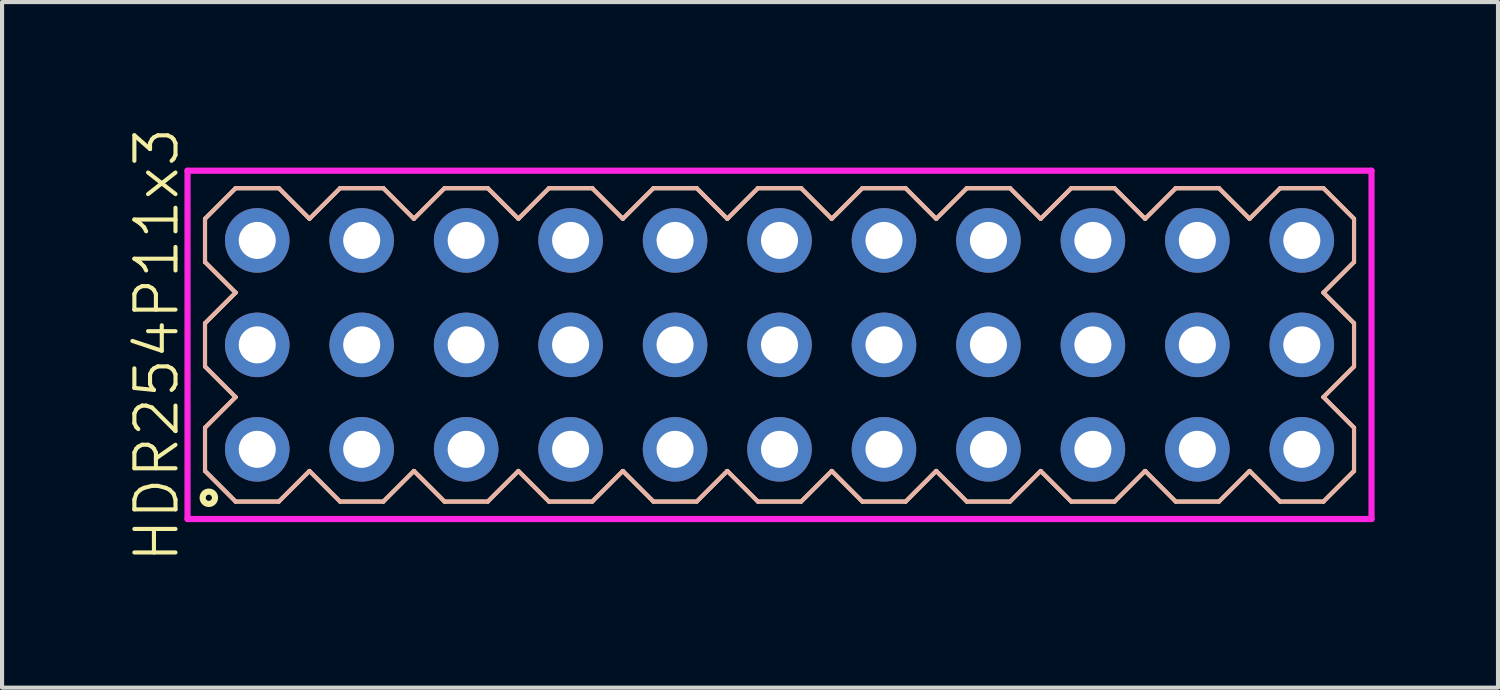
<source format=kicad_pcb>
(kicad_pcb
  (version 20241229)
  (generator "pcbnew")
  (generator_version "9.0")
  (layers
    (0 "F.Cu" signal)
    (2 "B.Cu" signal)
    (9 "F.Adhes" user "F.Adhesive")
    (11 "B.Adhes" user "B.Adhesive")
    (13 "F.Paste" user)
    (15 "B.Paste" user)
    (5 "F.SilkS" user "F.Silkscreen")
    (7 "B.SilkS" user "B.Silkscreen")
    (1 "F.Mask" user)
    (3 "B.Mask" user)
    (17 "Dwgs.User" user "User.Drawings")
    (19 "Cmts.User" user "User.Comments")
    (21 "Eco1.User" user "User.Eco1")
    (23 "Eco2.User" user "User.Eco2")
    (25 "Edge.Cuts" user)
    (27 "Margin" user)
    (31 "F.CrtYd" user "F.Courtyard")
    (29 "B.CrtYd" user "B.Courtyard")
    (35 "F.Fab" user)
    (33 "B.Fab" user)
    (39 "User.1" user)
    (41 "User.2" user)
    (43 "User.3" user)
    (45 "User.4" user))
  (footprint "HDR254P11x3"
    (layer "F.Cu")
    (at 15.905 5.336)
    (property "Reference" "HDR254P11x3" (at -15.145 0 90) (layer "F.SilkS") (effects (font (size 1 1) (thickness 0.1))))
    (attr through_hole)
    (fp_line (start -13.97 -3.066) (end -13.226 -3.81) (stroke (width 0.1) (type solid)) (layer "F.SilkS"))
    (fp_line (start -13.97 -2.014) (end -13.97 -3.066) (stroke (width 0.1) (type solid)) (layer "F.SilkS"))
    (fp_line (start -13.97 -0.526) (end -13.226 -1.27) (stroke (width 0.1) (type solid)) (layer "F.SilkS"))
    (fp_line (start -13.97 0.526) (end -13.97 -0.526) (stroke (width 0.1) (type solid)) (layer "F.SilkS"))
    (fp_line (start -13.97 2.014) (end -13.226 1.27) (stroke (width 0.1) (type solid)) (layer "F.SilkS"))
    (fp_line (start -13.97 3.066) (end -13.97 2.014) (stroke (width 0.1) (type solid)) (layer "F.SilkS"))
    (fp_line (start -13.226 -3.81) (end -12.174 -3.81) (stroke (width 0.1) (type solid)) (layer "F.SilkS"))
    (fp_line (start -13.226 -1.27) (end -13.97 -2.014) (stroke (width 0.1) (type solid)) (layer "F.SilkS"))
    (fp_line (start -13.226 1.27) (end -13.97 0.526) (stroke (width 0.1) (type solid)) (layer "F.SilkS"))
    (fp_line (start -13.226 3.81) (end -13.97 3.066) (stroke (width 0.1) (type solid)) (layer "F.SilkS"))
    (fp_line (start -12.174 -3.81) (end -11.43 -3.066) (stroke (width 0.1) (type solid)) (layer "F.SilkS"))
    (fp_line (start -12.174 3.81) (end -13.226 3.81) (stroke (width 0.1) (type solid)) (layer "F.SilkS"))
    (fp_line (start -11.43 -3.066) (end -10.686 -3.81) (stroke (width 0.1) (type solid)) (layer "F.SilkS"))
    (fp_line (start -11.43 3.066) (end -12.174 3.81) (stroke (width 0.1) (type solid)) (layer "F.SilkS"))
    (fp_line (start -10.686 -3.81) (end -9.634 -3.81) (stroke (width 0.1) (type solid)) (layer "F.SilkS"))
    (fp_line (start -10.686 3.81) (end -11.43 3.066) (stroke (width 0.1) (type solid)) (layer "F.SilkS"))
    (fp_line (start -9.634 -3.81) (end -8.89 -3.066) (stroke (width 0.1) (type solid)) (layer "F.SilkS"))
    (fp_line (start -9.634 3.81) (end -10.686 3.81) (stroke (width 0.1) (type solid)) (layer "F.SilkS"))
    (fp_line (start -8.89 -3.066) (end -8.146 -3.81) (stroke (width 0.1) (type solid)) (layer "F.SilkS"))
    (fp_line (start -8.89 3.066) (end -9.634 3.81) (stroke (width 0.1) (type solid)) (layer "F.SilkS"))
    (fp_line (start -8.146 -3.81) (end -7.094 -3.81) (stroke (width 0.1) (type solid)) (layer "F.SilkS"))
    (fp_line (start -8.146 3.81) (end -8.89 3.066) (stroke (width 0.1) (type solid)) (layer "F.SilkS"))
    (fp_line (start -7.094 -3.81) (end -6.35 -3.066) (stroke (width 0.1) (type solid)) (layer "F.SilkS"))
    (fp_line (start -7.094 3.81) (end -8.146 3.81) (stroke (width 0.1) (type solid)) (layer "F.SilkS"))
    (fp_line (start -6.35 -3.066) (end -5.606 -3.81) (stroke (width 0.1) (type solid)) (layer "F.SilkS"))
    (fp_line (start -6.35 3.066) (end -7.094 3.81) (stroke (width 0.1) (type solid)) (layer "F.SilkS"))
    (fp_line (start -5.606 -3.81) (end -4.554 -3.81) (stroke (width 0.1) (type solid)) (layer "F.SilkS"))
    (fp_line (start -5.606 3.81) (end -6.35 3.066) (stroke (width 0.1) (type solid)) (layer "F.SilkS"))
    (fp_line (start -4.554 -3.81) (end -3.81 -3.066) (stroke (width 0.1) (type solid)) (layer "F.SilkS"))
    (fp_line (start -4.554 3.81) (end -5.606 3.81) (stroke (width 0.1) (type solid)) (layer "F.SilkS"))
    (fp_line (start -3.81 -3.066) (end -3.066 -3.81) (stroke (width 0.1) (type solid)) (layer "F.SilkS"))
    (fp_line (start -3.81 3.066) (end -4.554 3.81) (stroke (width 0.1) (type solid)) (layer "F.SilkS"))
    (fp_line (start -3.066 -3.81) (end -2.014 -3.81) (stroke (width 0.1) (type solid)) (layer "F.SilkS"))
    (fp_line (start -3.066 3.81) (end -3.81 3.066) (stroke (width 0.1) (type solid)) (layer "F.SilkS"))
    (fp_line (start -2.014 -3.81) (end -1.27 -3.066) (stroke (width 0.1) (type solid)) (layer "F.SilkS"))
    (fp_line (start -2.014 3.81) (end -3.066 3.81) (stroke (width 0.1) (type solid)) (layer "F.SilkS"))
    (fp_line (start -1.27 -3.066) (end -0.526 -3.81) (stroke (width 0.1) (type solid)) (layer "F.SilkS"))
    (fp_line (start -1.27 3.066) (end -2.014 3.81) (stroke (width 0.1) (type solid)) (layer "F.SilkS"))
    (fp_line (start -0.526 -3.81) (end 0.526 -3.81) (stroke (width 0.1) (type solid)) (layer "F.SilkS"))
    (fp_line (start -0.526 3.81) (end -1.27 3.066) (stroke (width 0.1) (type solid)) (layer "F.SilkS"))
    (fp_line (start 0.526 -3.81) (end 1.27 -3.066) (stroke (width 0.1) (type solid)) (layer "F.SilkS"))
    (fp_line (start 0.526 3.81) (end -0.526 3.81) (stroke (width 0.1) (type solid)) (layer "F.SilkS"))
    (fp_line (start 1.27 -3.066) (end 2.014 -3.81) (stroke (width 0.1) (type solid)) (layer "F.SilkS"))
    (fp_line (start 1.27 3.066) (end 0.526 3.81) (stroke (width 0.1) (type solid)) (layer "F.SilkS"))
    (fp_line (start 2.014 -3.81) (end 3.066 -3.81) (stroke (width 0.1) (type solid)) (layer "F.SilkS"))
    (fp_line (start 2.014 3.81) (end 1.27 3.066) (stroke (width 0.1) (type solid)) (layer "F.SilkS"))
    (fp_line (start 3.066 -3.81) (end 3.81 -3.066) (stroke (width 0.1) (type solid)) (layer "F.SilkS"))
    (fp_line (start 3.066 3.81) (end 2.014 3.81) (stroke (width 0.1) (type solid)) (layer "F.SilkS"))
    (fp_line (start 3.81 -3.066) (end 4.554 -3.81) (stroke (width 0.1) (type solid)) (layer "F.SilkS"))
    (fp_line (start 3.81 3.066) (end 3.066 3.81) (stroke (width 0.1) (type solid)) (layer "F.SilkS"))
    (fp_line (start 4.554 -3.81) (end 5.606 -3.81) (stroke (width 0.1) (type solid)) (layer "F.SilkS"))
    (fp_line (start 4.554 3.81) (end 3.81 3.066) (stroke (width 0.1) (type solid)) (layer "F.SilkS"))
    (fp_line (start 5.606 -3.81) (end 6.35 -3.066) (stroke (width 0.1) (type solid)) (layer "F.SilkS"))
    (fp_line (start 5.606 3.81) (end 4.554 3.81) (stroke (width 0.1) (type solid)) (layer "F.SilkS"))
    (fp_line (start 6.35 -3.066) (end 7.094 -3.81) (stroke (width 0.1) (type solid)) (layer "F.SilkS"))
    (fp_line (start 6.35 3.066) (end 5.606 3.81) (stroke (width 0.1) (type solid)) (layer "F.SilkS"))
    (fp_line (start 7.094 -3.81) (end 8.146 -3.81) (stroke (width 0.1) (type solid)) (layer "F.SilkS"))
    (fp_line (start 7.094 3.81) (end 6.35 3.066) (stroke (width 0.1) (type solid)) (layer "F.SilkS"))
    (fp_line (start 8.146 -3.81) (end 8.89 -3.066) (stroke (width 0.1) (type solid)) (layer "F.SilkS"))
    (fp_line (start 8.146 3.81) (end 7.094 3.81) (stroke (width 0.1) (type solid)) (layer "F.SilkS"))
    (fp_line (start 8.89 -3.066) (end 9.634 -3.81) (stroke (width 0.1) (type solid)) (layer "F.SilkS"))
    (fp_line (start 8.89 3.066) (end 8.146 3.81) (stroke (width 0.1) (type solid)) (layer "F.SilkS"))
    (fp_line (start 9.634 -3.81) (end 10.686 -3.81) (stroke (width 0.1) (type solid)) (layer "F.SilkS"))
    (fp_line (start 9.634 3.81) (end 8.89 3.066) (stroke (width 0.1) (type solid)) (layer "F.SilkS"))
    (fp_line (start 10.686 -3.81) (end 11.43 -3.066) (stroke (width 0.1) (type solid)) (layer "F.SilkS"))
    (fp_line (start 10.686 3.81) (end 9.634 3.81) (stroke (width 0.1) (type solid)) (layer "F.SilkS"))
    (fp_line (start 11.43 -3.066) (end 12.174 -3.81) (stroke (width 0.1) (type solid)) (layer "F.SilkS"))
    (fp_line (start 11.43 3.066) (end 10.686 3.81) (stroke (width 0.1) (type solid)) (layer "F.SilkS"))
    (fp_line (start 12.174 -3.81) (end 13.226 -3.81) (stroke (width 0.1) (type solid)) (layer "F.SilkS"))
    (fp_line (start 12.174 3.81) (end 11.43 3.066) (stroke (width 0.1) (type solid)) (layer "F.SilkS"))
    (fp_line (start 13.226 -3.81) (end 13.97 -3.066) (stroke (width 0.1) (type solid)) (layer "F.SilkS"))
    (fp_line (start 13.226 -1.27) (end 13.97 -0.526) (stroke (width 0.1) (type solid)) (layer "F.SilkS"))
    (fp_line (start 13.226 1.27) (end 13.97 2.014) (stroke (width 0.1) (type solid)) (layer "F.SilkS"))
    (fp_line (start 13.226 3.81) (end 12.174 3.81) (stroke (width 0.1) (type solid)) (layer "F.SilkS"))
    (fp_line (start 13.97 -3.066) (end 13.97 -2.014) (stroke (width 0.1) (type solid)) (layer "F.SilkS"))
    (fp_line (start 13.97 -2.014) (end 13.226 -1.27) (stroke (width 0.1) (type solid)) (layer "F.SilkS"))
    (fp_line (start 13.97 -0.526) (end 13.97 0.526) (stroke (width 0.1) (type solid)) (layer "F.SilkS"))
    (fp_line (start 13.97 0.526) (end 13.226 1.27) (stroke (width 0.1) (type solid)) (layer "F.SilkS"))
    (fp_line (start 13.97 2.014) (end 13.97 3.066) (stroke (width 0.1) (type solid)) (layer "F.SilkS"))
    (fp_line (start 13.97 3.066) (end 13.226 3.81) (stroke (width 0.1) (type solid)) (layer "F.SilkS"))
    (fp_circle (center -13.877 3.718) (end -13.727 3.718) (stroke (width 0.15) (type solid)) (fill no) (layer "F.SilkS"))
    (fp_line (start -13.97 -3.066) (end -13.226 -3.81) (stroke (width 0.1) (type solid)) (layer "B.SilkS"))
    (fp_line (start -13.97 -2.014) (end -13.97 -3.066) (stroke (width 0.1) (type solid)) (layer "B.SilkS"))
    (fp_line (start -13.97 -0.526) (end -13.226 -1.27) (stroke (width 0.1) (type solid)) (layer "B.SilkS"))
    (fp_line (start -13.97 0.526) (end -13.97 -0.526) (stroke (width 0.1) (type solid)) (layer "B.SilkS"))
    (fp_line (start -13.97 2.014) (end -13.226 1.27) (stroke (width 0.1) (type solid)) (layer "B.SilkS"))
    (fp_line (start -13.97 3.066) (end -13.97 2.014) (stroke (width 0.1) (type solid)) (layer "B.SilkS"))
    (fp_line (start -13.226 -3.81) (end -12.174 -3.81) (stroke (width 0.1) (type solid)) (layer "B.SilkS"))
    (fp_line (start -13.226 -1.27) (end -13.97 -2.014) (stroke (width 0.1) (type solid)) (layer "B.SilkS"))
    (fp_line (start -13.226 1.27) (end -13.97 0.526) (stroke (width 0.1) (type solid)) (layer "B.SilkS"))
    (fp_line (start -13.226 3.81) (end -13.97 3.066) (stroke (width 0.1) (type solid)) (layer "B.SilkS"))
    (fp_line (start -12.174 -3.81) (end -11.43 -3.066) (stroke (width 0.1) (type solid)) (layer "B.SilkS"))
    (fp_line (start -12.174 3.81) (end -13.226 3.81) (stroke (width 0.1) (type solid)) (layer "B.SilkS"))
    (fp_line (start -11.43 -3.066) (end -10.686 -3.81) (stroke (width 0.1) (type solid)) (layer "B.SilkS"))
    (fp_line (start -11.43 3.066) (end -12.174 3.81) (stroke (width 0.1) (type solid)) (layer "B.SilkS"))
    (fp_line (start -10.686 -3.81) (end -9.634 -3.81) (stroke (width 0.1) (type solid)) (layer "B.SilkS"))
    (fp_line (start -10.686 3.81) (end -11.43 3.066) (stroke (width 0.1) (type solid)) (layer "B.SilkS"))
    (fp_line (start -9.634 -3.81) (end -8.89 -3.066) (stroke (width 0.1) (type solid)) (layer "B.SilkS"))
    (fp_line (start -9.634 3.81) (end -10.686 3.81) (stroke (width 0.1) (type solid)) (layer "B.SilkS"))
    (fp_line (start -8.89 -3.066) (end -8.146 -3.81) (stroke (width 0.1) (type solid)) (layer "B.SilkS"))
    (fp_line (start -8.89 3.066) (end -9.634 3.81) (stroke (width 0.1) (type solid)) (layer "B.SilkS"))
    (fp_line (start -8.146 -3.81) (end -7.094 -3.81) (stroke (width 0.1) (type solid)) (layer "B.SilkS"))
    (fp_line (start -8.146 3.81) (end -8.89 3.066) (stroke (width 0.1) (type solid)) (layer "B.SilkS"))
    (fp_line (start -7.094 -3.81) (end -6.35 -3.066) (stroke (width 0.1) (type solid)) (layer "B.SilkS"))
    (fp_line (start -7.094 3.81) (end -8.146 3.81) (stroke (width 0.1) (type solid)) (layer "B.SilkS"))
    (fp_line (start -6.35 -3.066) (end -5.606 -3.81) (stroke (width 0.1) (type solid)) (layer "B.SilkS"))
    (fp_line (start -6.35 3.066) (end -7.094 3.81) (stroke (width 0.1) (type solid)) (layer "B.SilkS"))
    (fp_line (start -5.606 -3.81) (end -4.554 -3.81) (stroke (width 0.1) (type solid)) (layer "B.SilkS"))
    (fp_line (start -5.606 3.81) (end -6.35 3.066) (stroke (width 0.1) (type solid)) (layer "B.SilkS"))
    (fp_line (start -4.554 -3.81) (end -3.81 -3.066) (stroke (width 0.1) (type solid)) (layer "B.SilkS"))
    (fp_line (start -4.554 3.81) (end -5.606 3.81) (stroke (width 0.1) (type solid)) (layer "B.SilkS"))
    (fp_line (start -3.81 -3.066) (end -3.066 -3.81) (stroke (width 0.1) (type solid)) (layer "B.SilkS"))
    (fp_line (start -3.81 3.066) (end -4.554 3.81) (stroke (width 0.1) (type solid)) (layer "B.SilkS"))
    (fp_line (start -3.066 -3.81) (end -2.014 -3.81) (stroke (width 0.1) (type solid)) (layer "B.SilkS"))
    (fp_line (start -3.066 3.81) (end -3.81 3.066) (stroke (width 0.1) (type solid)) (layer "B.SilkS"))
    (fp_line (start -2.014 -3.81) (end -1.27 -3.066) (stroke (width 0.1) (type solid)) (layer "B.SilkS"))
    (fp_line (start -2.014 3.81) (end -3.066 3.81) (stroke (width 0.1) (type solid)) (layer "B.SilkS"))
    (fp_line (start -1.27 -3.066) (end -0.526 -3.81) (stroke (width 0.1) (type solid)) (layer "B.SilkS"))
    (fp_line (start -1.27 3.066) (end -2.014 3.81) (stroke (width 0.1) (type solid)) (layer "B.SilkS"))
    (fp_line (start -0.526 -3.81) (end 0.526 -3.81) (stroke (width 0.1) (type solid)) (layer "B.SilkS"))
    (fp_line (start -0.526 3.81) (end -1.27 3.066) (stroke (width 0.1) (type solid)) (layer "B.SilkS"))
    (fp_line (start 0.526 -3.81) (end 1.27 -3.066) (stroke (width 0.1) (type solid)) (layer "B.SilkS"))
    (fp_line (start 0.526 3.81) (end -0.526 3.81) (stroke (width 0.1) (type solid)) (layer "B.SilkS"))
    (fp_line (start 1.27 -3.066) (end 2.014 -3.81) (stroke (width 0.1) (type solid)) (layer "B.SilkS"))
    (fp_line (start 1.27 3.066) (end 0.526 3.81) (stroke (width 0.1) (type solid)) (layer "B.SilkS"))
    (fp_line (start 2.014 -3.81) (end 3.066 -3.81) (stroke (width 0.1) (type solid)) (layer "B.SilkS"))
    (fp_line (start 2.014 3.81) (end 1.27 3.066) (stroke (width 0.1) (type solid)) (layer "B.SilkS"))
    (fp_line (start 3.066 -3.81) (end 3.81 -3.066) (stroke (width 0.1) (type solid)) (layer "B.SilkS"))
    (fp_line (start 3.066 3.81) (end 2.014 3.81) (stroke (width 0.1) (type solid)) (layer "B.SilkS"))
    (fp_line (start 3.81 -3.066) (end 4.554 -3.81) (stroke (width 0.1) (type solid)) (layer "B.SilkS"))
    (fp_line (start 3.81 3.066) (end 3.066 3.81) (stroke (width 0.1) (type solid)) (layer "B.SilkS"))
    (fp_line (start 4.554 -3.81) (end 5.606 -3.81) (stroke (width 0.1) (type solid)) (layer "B.SilkS"))
    (fp_line (start 4.554 3.81) (end 3.81 3.066) (stroke (width 0.1) (type solid)) (layer "B.SilkS"))
    (fp_line (start 5.606 -3.81) (end 6.35 -3.066) (stroke (width 0.1) (type solid)) (layer "B.SilkS"))
    (fp_line (start 5.606 3.81) (end 4.554 3.81) (stroke (width 0.1) (type solid)) (layer "B.SilkS"))
    (fp_line (start 6.35 -3.066) (end 7.094 -3.81) (stroke (width 0.1) (type solid)) (layer "B.SilkS"))
    (fp_line (start 6.35 3.066) (end 5.606 3.81) (stroke (width 0.1) (type solid)) (layer "B.SilkS"))
    (fp_line (start 7.094 -3.81) (end 8.146 -3.81) (stroke (width 0.1) (type solid)) (layer "B.SilkS"))
    (fp_line (start 7.094 3.81) (end 6.35 3.066) (stroke (width 0.1) (type solid)) (layer "B.SilkS"))
    (fp_line (start 8.146 -3.81) (end 8.89 -3.066) (stroke (width 0.1) (type solid)) (layer "B.SilkS"))
    (fp_line (start 8.146 3.81) (end 7.094 3.81) (stroke (width 0.1) (type solid)) (layer "B.SilkS"))
    (fp_line (start 8.89 -3.066) (end 9.634 -3.81) (stroke (width 0.1) (type solid)) (layer "B.SilkS"))
    (fp_line (start 8.89 3.066) (end 8.146 3.81) (stroke (width 0.1) (type solid)) (layer "B.SilkS"))
    (fp_line (start 9.634 -3.81) (end 10.686 -3.81) (stroke (width 0.1) (type solid)) (layer "B.SilkS"))
    (fp_line (start 9.634 3.81) (end 8.89 3.066) (stroke (width 0.1) (type solid)) (layer "B.SilkS"))
    (fp_line (start 10.686 -3.81) (end 11.43 -3.066) (stroke (width 0.1) (type solid)) (layer "B.SilkS"))
    (fp_line (start 10.686 3.81) (end 9.634 3.81) (stroke (width 0.1) (type solid)) (layer "B.SilkS"))
    (fp_line (start 11.43 -3.066) (end 12.174 -3.81) (stroke (width 0.1) (type solid)) (layer "B.SilkS"))
    (fp_line (start 11.43 3.066) (end 10.686 3.81) (stroke (width 0.1) (type solid)) (layer "B.SilkS"))
    (fp_line (start 12.174 -3.81) (end 13.226 -3.81) (stroke (width 0.1) (type solid)) (layer "B.SilkS"))
    (fp_line (start 12.174 3.81) (end 11.43 3.066) (stroke (width 0.1) (type solid)) (layer "B.SilkS"))
    (fp_line (start 13.226 -3.81) (end 13.97 -3.066) (stroke (width 0.1) (type solid)) (layer "B.SilkS"))
    (fp_line (start 13.226 -1.27) (end 13.97 -0.526) (stroke (width 0.1) (type solid)) (layer "B.SilkS"))
    (fp_line (start 13.226 1.27) (end 13.97 2.014) (stroke (width 0.1) (type solid)) (layer "B.SilkS"))
    (fp_line (start 13.226 3.81) (end 12.174 3.81) (stroke (width 0.1) (type solid)) (layer "B.SilkS"))
    (fp_line (start 13.97 -3.066) (end 13.97 -2.014) (stroke (width 0.1) (type solid)) (layer "B.SilkS"))
    (fp_line (start 13.97 -2.014) (end 13.226 -1.27) (stroke (width 0.1) (type solid)) (layer "B.SilkS"))
    (fp_line (start 13.97 -0.526) (end 13.97 0.526) (stroke (width 0.1) (type solid)) (layer "B.SilkS"))
    (fp_line (start 13.97 0.526) (end 13.226 1.27) (stroke (width 0.1) (type solid)) (layer "B.SilkS"))
    (fp_line (start 13.97 2.014) (end 13.97 3.066) (stroke (width 0.1) (type solid)) (layer "B.SilkS"))
    (fp_line (start 13.97 3.066) (end 13.226 3.81) (stroke (width 0.1) (type solid)) (layer "B.SilkS"))
    (fp_line (start -14.395 -4.235) (end -14.395 4.235) (stroke (width 0.15) (type solid)) (layer "F.CrtYd"))
    (fp_line (start -14.395 4.235) (end 14.395 4.235) (stroke (width 0.15) (type solid)) (layer "F.CrtYd"))
    (fp_line (start 14.395 -4.235) (end -14.395 -4.235) (stroke (width 0.15) (type solid)) (layer "F.CrtYd"))
    (fp_line (start 14.395 4.235) (end 14.395 -4.235) (stroke (width 0.15) (type solid)) (layer "F.CrtYd"))
    (pad "1" thru_hole oval (at -12.7 2.54) (size 1.57 1.57) (drill 0.9) (layers "*.Cu" "*.Mask"))
    (pad "2" thru_hole oval (at -12.7 0) (size 1.57 1.57) (drill 0.9) (layers "*.Cu" "*.Mask"))
    (pad "3" thru_hole oval (at -12.7 -2.54) (size 1.57 1.57) (drill 0.9) (layers "*.Cu" "*.Mask"))
    (pad "4" thru_hole oval (at -10.16 2.54) (size 1.57 1.57) (drill 0.9) (layers "*.Cu" "*.Mask"))
    (pad "5" thru_hole oval (at -10.16 0) (size 1.57 1.57) (drill 0.9) (layers "*.Cu" "*.Mask"))
    (pad "6" thru_hole oval (at -10.16 -2.54) (size 1.57 1.57) (drill 0.9) (layers "*.Cu" "*.Mask"))
    (pad "7" thru_hole oval (at -7.62 2.54) (size 1.57 1.57) (drill 0.9) (layers "*.Cu" "*.Mask"))
    (pad "8" thru_hole oval (at -7.62 0) (size 1.57 1.57) (drill 0.9) (layers "*.Cu" "*.Mask"))
    (pad "9" thru_hole oval (at -7.62 -2.54) (size 1.57 1.57) (drill 0.9) (layers "*.Cu" "*.Mask"))
    (pad "10" thru_hole oval (at -5.08 2.54) (size 1.57 1.57) (drill 0.9) (layers "*.Cu" "*.Mask"))
    (pad "11" thru_hole oval (at -5.08 0) (size 1.57 1.57) (drill 0.9) (layers "*.Cu" "*.Mask"))
    (pad "12" thru_hole oval (at -5.08 -2.54) (size 1.57 1.57) (drill 0.9) (layers "*.Cu" "*.Mask"))
    (pad "13" thru_hole oval (at -2.54 2.54) (size 1.57 1.57) (drill 0.9) (layers "*.Cu" "*.Mask"))
    (pad "14" thru_hole oval (at -2.54 0) (size 1.57 1.57) (drill 0.9) (layers "*.Cu" "*.Mask"))
    (pad "15" thru_hole oval (at -2.54 -2.54) (size 1.57 1.57) (drill 0.9) (layers "*.Cu" "*.Mask"))
    (pad "16" thru_hole oval (at 0 2.54) (size 1.57 1.57) (drill 0.9) (layers "*.Cu" "*.Mask"))
    (pad "17" thru_hole oval (at 0 0) (size 1.57 1.57) (drill 0.9) (layers "*.Cu" "*.Mask"))
    (pad "18" thru_hole oval (at 0 -2.54) (size 1.57 1.57) (drill 0.9) (layers "*.Cu" "*.Mask"))
    (pad "19" thru_hole oval (at 2.54 2.54) (size 1.57 1.57) (drill 0.9) (layers "*.Cu" "*.Mask"))
    (pad "20" thru_hole oval (at 2.54 0) (size 1.57 1.57) (drill 0.9) (layers "*.Cu" "*.Mask"))
    (pad "21" thru_hole oval (at 2.54 -2.54) (size 1.57 1.57) (drill 0.9) (layers "*.Cu" "*.Mask"))
    (pad "22" thru_hole oval (at 5.08 2.54) (size 1.57 1.57) (drill 0.9) (layers "*.Cu" "*.Mask"))
    (pad "23" thru_hole oval (at 5.08 0) (size 1.57 1.57) (drill 0.9) (layers "*.Cu" "*.Mask"))
    (pad "24" thru_hole oval (at 5.08 -2.54) (size 1.57 1.57) (drill 0.9) (layers "*.Cu" "*.Mask"))
    (pad "25" thru_hole oval (at 7.62 2.54) (size 1.57 1.57) (drill 0.9) (layers "*.Cu" "*.Mask"))
    (pad "26" thru_hole oval (at 7.62 0) (size 1.57 1.57) (drill 0.9) (layers "*.Cu" "*.Mask"))
    (pad "27" thru_hole oval (at 7.62 -2.54) (size 1.57 1.57) (drill 0.9) (layers "*.Cu" "*.Mask"))
    (pad "28" thru_hole oval (at 10.16 2.54) (size 1.57 1.57) (drill 0.9) (layers "*.Cu" "*.Mask"))
    (pad "29" thru_hole oval (at 10.16 0) (size 1.57 1.57) (drill 0.9) (layers "*.Cu" "*.Mask"))
    (pad "30" thru_hole oval (at 10.16 -2.54) (size 1.57 1.57) (drill 0.9) (layers "*.Cu" "*.Mask"))
    (pad "31" thru_hole oval (at 12.7 2.54) (size 1.57 1.57) (drill 0.9) (layers "*.Cu" "*.Mask"))
    (pad "32" thru_hole oval (at 12.7 0) (size 1.57 1.57) (drill 0.9) (layers "*.Cu" "*.Mask"))
    (pad "33" thru_hole oval (at 12.7 -2.54) (size 1.57 1.57) (drill 0.9) (layers "*.Cu" "*.Mask")))
  (gr_rect
    (start -3 -3)
    (end 33.376 13.671)
    (stroke (width 0.1) (type default))
    (fill no)
    (layer "Edge.Cuts")))
</source>
